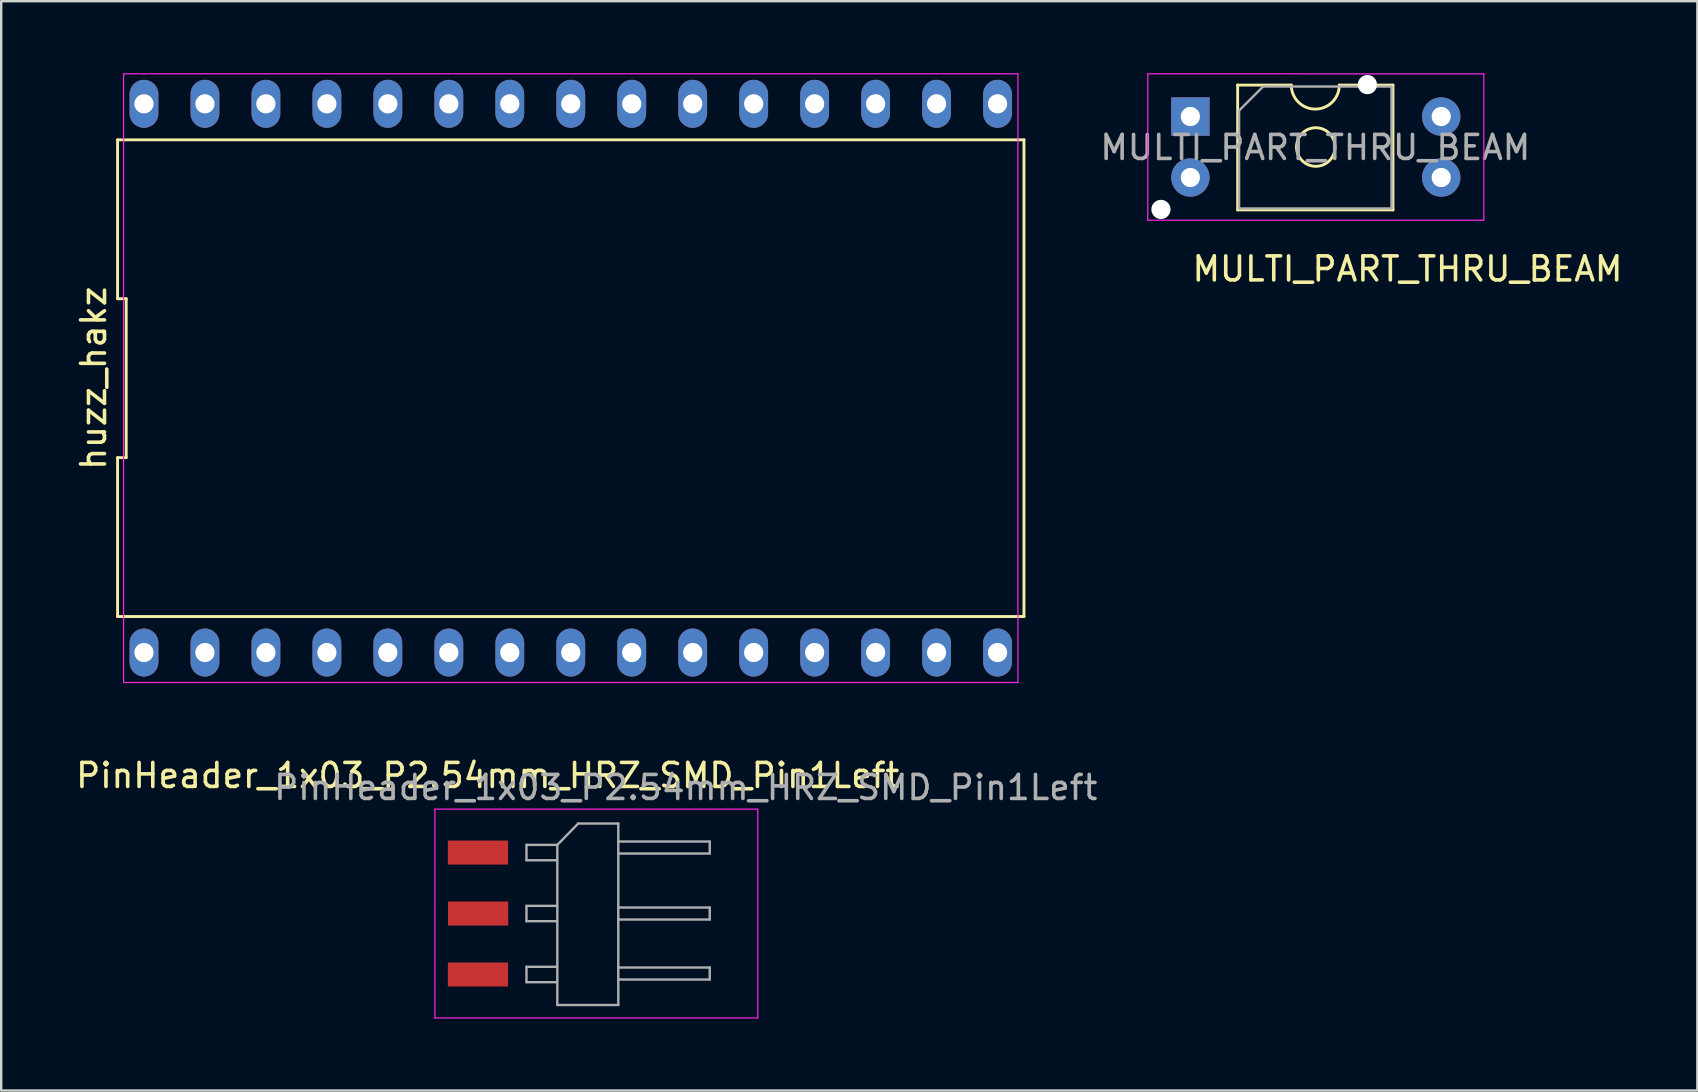
<source format=kicad_pcb>
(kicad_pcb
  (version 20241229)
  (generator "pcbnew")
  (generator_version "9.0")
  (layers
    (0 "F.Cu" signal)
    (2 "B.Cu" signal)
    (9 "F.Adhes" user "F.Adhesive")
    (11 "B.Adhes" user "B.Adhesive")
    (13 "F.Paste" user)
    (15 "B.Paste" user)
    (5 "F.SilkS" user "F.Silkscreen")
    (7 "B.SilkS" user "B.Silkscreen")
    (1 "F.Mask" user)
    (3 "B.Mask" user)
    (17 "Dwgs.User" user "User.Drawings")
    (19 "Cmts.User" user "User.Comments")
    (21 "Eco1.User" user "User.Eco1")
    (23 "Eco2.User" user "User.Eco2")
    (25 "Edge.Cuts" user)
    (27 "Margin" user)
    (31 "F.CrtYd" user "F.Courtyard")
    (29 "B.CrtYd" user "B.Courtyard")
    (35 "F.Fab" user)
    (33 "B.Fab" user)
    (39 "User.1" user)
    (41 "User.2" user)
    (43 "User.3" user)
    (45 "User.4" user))
  (footprint "PinHeader_1x03_P2.54mm_HRZ_SMD_Pin1Left"
    (layer "F.Cu")
    (at 18.518 35.008)
    (property "Reference" "PinHeader_1x03_P2.54mm_HRZ_SMD_Pin1Left" (at -1.25 -5.75 0) (layer "F.SilkS") (effects (font (size 1 1) (thickness 0.15))))
    (attr smd)
    (fp_line (start -3.45 -4.35) (end -3.45 4.35) (stroke (width 0.05) (type solid)) (layer "F.CrtYd"))
    (fp_line (start -3.45 4.35) (end 10 4.35) (stroke (width 0.05) (type solid)) (layer "F.CrtYd"))
    (fp_line (start 10 -4.35) (end -3.45 -4.35) (stroke (width 0.05) (type solid)) (layer "F.CrtYd"))
    (fp_line (start 10 4.35) (end 10 -4.35) (stroke (width 0.05) (type solid)) (layer "F.CrtYd"))
    (fp_line (start 0.365 -2.86) (end 0.365 -2.22) (stroke (width 0.1) (type solid)) (layer "F.Fab"))
    (fp_line (start 0.365 -2.22) (end 1.635 -2.22) (stroke (width 0.1) (type solid)) (layer "F.Fab"))
    (fp_line (start 0.365 -0.32) (end 0.365 0.32) (stroke (width 0.1) (type solid)) (layer "F.Fab"))
    (fp_line (start 0.365 -0.32) (end 1.635 -0.32) (stroke (width 0.1) (type solid)) (layer "F.Fab"))
    (fp_line (start 0.365 2.22) (end 0.365 2.86) (stroke (width 0.1) (type solid)) (layer "F.Fab"))
    (fp_line (start 0.365 2.86) (end 1.635 2.86) (stroke (width 0.1) (type solid)) (layer "F.Fab"))
    (fp_line (start 1.635 -2.86) (end 0.365 -2.86) (stroke (width 0.1) (type solid)) (layer "F.Fab"))
    (fp_line (start 1.635 0.32) (end 0.365 0.32) (stroke (width 0.1) (type solid)) (layer "F.Fab"))
    (fp_line (start 1.635 2.22) (end 0.365 2.22) (stroke (width 0.1) (type solid)) (layer "F.Fab"))
    (fp_line (start 1.65 -2.86) (end 2.52 -3.75) (stroke (width 0.1) (type solid)) (layer "F.Fab"))
    (fp_line (start 1.65 3.81) (end 1.65 -2.86) (stroke (width 0.1) (type solid)) (layer "F.Fab"))
    (fp_line (start 1.65 3.81) (end 4.19 3.81) (stroke (width 0.1) (type solid)) (layer "F.Fab"))
    (fp_line (start 2.52 -3.75) (end 4.19 -3.75) (stroke (width 0.1) (type solid)) (layer "F.Fab"))
    (fp_line (start 4.19 -3.75) (end 4.19 3.81) (stroke (width 0.1) (type solid)) (layer "F.Fab"))
    (fp_line (start 4.19 -3) (end 8 -3) (stroke (width 0.1) (type solid)) (layer "F.Fab"))
    (fp_line (start 4.19 -2.5) (end 8 -2.5) (stroke (width 0.1) (type solid)) (layer "F.Fab"))
    (fp_line (start 4.19 -0.25) (end 8 -0.25) (stroke (width 0.1) (type solid)) (layer "F.Fab"))
    (fp_line (start 4.19 0.25) (end 8 0.25) (stroke (width 0.1) (type solid)) (layer "F.Fab"))
    (fp_line (start 4.19 2.25) (end 8 2.25) (stroke (width 0.1) (type solid)) (layer "F.Fab"))
    (fp_line (start 4.19 2.75) (end 8 2.75) (stroke (width 0.1) (type solid)) (layer "F.Fab"))
    (fp_line (start 8 -3) (end 8 -2.5) (stroke (width 0.1) (type default)) (layer "F.Fab"))
    (fp_line (start 8 -0.25) (end 8 0.25) (stroke (width 0.1) (type default)) (layer "F.Fab"))
    (fp_line (start 8 2.25) (end 8 2.75) (stroke (width 0.1) (type default)) (layer "F.Fab"))
    (fp_text user "${REFERENCE}" (at 7 -5.25 180) (layer "F.Fab") (effects (font (size 1 1) (thickness 0.15))))
    (pad "1" smd rect (at -1.655 -2.54) (size 2.51 1) (layers "F.Cu" "F.Mask" "F.Paste"))
    (pad "2" smd rect (at -1.65 0) (size 2.51 1) (layers "F.Cu" "F.Mask" "F.Paste"))
    (pad "3" smd rect (at -1.655 2.54) (size 2.51 1) (layers "F.Cu" "F.Mask" "F.Paste")))
  (footprint "MULTI_PART_THRU_BEAM"
    (layer "F.Cu")
    (at 51.766 3.075)
    (property "Reference" "MULTI_PART_THRU_BEAM" (at 3.82 5.08 0) (layer "F.SilkS") (effects (font (size 1 1) (thickness 0.15))))
    (attr through_hole)
    (fp_line (start -3.255 -2.58) (end -3.255 2.62) (stroke (width 0.12) (type solid)) (layer "F.SilkS"))
    (fp_line (start -3.255 2.62) (end 3.215 2.62) (stroke (width 0.12) (type solid)) (layer "F.SilkS"))
    (fp_line (start -1.02 -2.58) (end -3.255 -2.58) (stroke (width 0.12) (type solid)) (layer "F.SilkS"))
    (fp_line (start 3.215 -2.58) (end 0.98 -2.58) (stroke (width 0.12) (type solid)) (layer "F.SilkS"))
    (fp_line (start 3.215 2.62) (end 3.215 -2.58) (stroke (width 0.12) (type solid)) (layer "F.SilkS"))
    (fp_arc (start 0.98 -2.58) (mid -0.02 -1.58) (end -1.02 -2.58) (stroke (width 0.12) (type solid)) (layer "F.SilkS"))
    (fp_circle (center 0 0) (end 0.762 0.254) (stroke (width 0.12) (type solid)) (fill no) (layer "F.SilkS"))
    (fp_line (start -7 -3.05) (end -7 3.048) (stroke (width 0.05) (type solid)) (layer "F.CrtYd"))
    (fp_line (start -7 3.048) (end 7 3.05) (stroke (width 0.05) (type solid)) (layer "F.CrtYd"))
    (fp_line (start 7 -3.048) (end -7 -3.05) (stroke (width 0.05) (type solid)) (layer "F.CrtYd"))
    (fp_line (start 7 3.05) (end 7 -3.048) (stroke (width 0.05) (type solid)) (layer "F.CrtYd"))
    (fp_line (start -3.195 -1.52) (end -2.195 -2.52) (stroke (width 0.1) (type solid)) (layer "F.Fab"))
    (fp_line (start -3.195 2.56) (end -3.195 -1.52) (stroke (width 0.1) (type solid)) (layer "F.Fab"))
    (fp_line (start -2.195 -2.52) (end 3.155 -2.52) (stroke (width 0.1) (type solid)) (layer "F.Fab"))
    (fp_line (start 3.155 -2.52) (end 3.155 2.56) (stroke (width 0.1) (type solid)) (layer "F.Fab"))
    (fp_line (start 3.155 2.56) (end -3.195 2.56) (stroke (width 0.1) (type solid)) (layer "F.Fab"))
    (fp_text user "${REFERENCE}" (at -0.02 0.02 0) (layer "F.Fab") (effects (font (size 1 1) (thickness 0.15))))
    (pad "" np_thru_hole circle (at -6.45 2.6) (size 0.8 0.8) (drill 0.8) (layers "*.Cu" "*.Mask"))
    (pad "" np_thru_hole circle (at 2.15 -2.6) (size 0.8 0.8) (drill 0.8) (layers "*.Cu" "*.Mask"))
    (pad "1" thru_hole oval (at 5.225 1.27) (size 1.6 1.6) (drill 0.8) (layers "*.Cu" "*.Mask"))
    (pad "2" thru_hole oval (at 5.225 -1.27) (size 1.6 1.6) (drill 0.8) (layers "*.Cu" "*.Mask"))
    (pad "3" thru_hole rect (at -5.225 -1.27) (size 1.6 1.6) (drill 0.8) (layers "*.Cu" "*.Mask"))
    (pad "4" thru_hole oval (at -5.225 1.27) (size 1.6 1.6) (drill 0.8) (layers "*.Cu" "*.Mask")))
  (footprint "huzz_hakz"
    (layer "F.Cu")
    (at 20.728 12.705)
    (property "Reference" "huzz_hakz" (at -19.88 0 90) (layer "F.SilkS") (effects (font (size 1 1) (thickness 0.15))))
    (fp_line (start -18.88 -9.93) (end -18.88 -3.31) (stroke (width 0.12) (type solid)) (layer "F.SilkS"))
    (fp_line (start -18.88 -3.31) (end -18.52 -3.31) (stroke (width 0.12) (type solid)) (layer "F.SilkS"))
    (fp_line (start -18.88 3.31) (end -18.88 9.93) (stroke (width 0.12) (type solid)) (layer "F.SilkS"))
    (fp_line (start -18.88 9.93) (end 18.88 9.93) (stroke (width 0.12) (type solid)) (layer "F.SilkS"))
    (fp_line (start -18.52 -3.31) (end -18.52 3.31) (stroke (width 0.12) (type solid)) (layer "F.SilkS"))
    (fp_line (start -18.52 3.31) (end -18.88 3.31) (stroke (width 0.12) (type solid)) (layer "F.SilkS"))
    (fp_line (start 18.88 -9.93) (end -18.88 -9.93) (stroke (width 0.12) (type solid)) (layer "F.SilkS"))
    (fp_line (start 18.88 9.93) (end 18.88 -9.93) (stroke (width 0.12) (type solid)) (layer "F.SilkS"))
    (fp_line (start -18.63 -12.68) (end 18.63 -12.68) (stroke (width 0.05) (type solid)) (layer "F.CrtYd"))
    (fp_line (start -18.63 12.68) (end -18.63 -12.68) (stroke (width 0.05) (type solid)) (layer "F.CrtYd"))
    (fp_line (start 18.63 -12.68) (end 18.63 12.68) (stroke (width 0.05) (type solid)) (layer "F.CrtYd"))
    (fp_line (start 18.63 12.68) (end -18.63 12.68) (stroke (width 0.05) (type solid)) (layer "F.CrtYd"))
    (pad "1" thru_hole oval (at -17.78 11.43) (size 1.2 2) (drill 0.8) (layers "*.Cu" "*.Mask"))
    (pad "2" thru_hole oval (at -15.24 11.43) (size 1.2 2) (drill 0.8) (layers "*.Cu" "*.Mask"))
    (pad "3" thru_hole oval (at -12.7 11.43) (size 1.2 2) (drill 0.8) (layers "*.Cu" "*.Mask"))
    (pad "4" thru_hole oval (at -10.16 11.43) (size 1.2 2) (drill 0.8) (layers "*.Cu" "*.Mask"))
    (pad "5" thru_hole oval (at -7.62 11.43) (size 1.2 2) (drill 0.8) (layers "*.Cu" "*.Mask"))
    (pad "6" thru_hole oval (at -5.08 11.43) (size 1.2 2) (drill 0.8) (layers "*.Cu" "*.Mask"))
    (pad "7" thru_hole oval (at -2.54 11.43) (size 1.2 2) (drill 0.8) (layers "*.Cu" "*.Mask"))
    (pad "8" thru_hole oval (at 0 11.43) (size 1.2 2) (drill 0.8) (layers "*.Cu" "*.Mask"))
    (pad "9" thru_hole oval (at 2.54 11.43) (size 1.2 2) (drill 0.8) (layers "*.Cu" "*.Mask"))
    (pad "10" thru_hole oval (at 5.08 11.43) (size 1.2 2) (drill 0.8) (layers "*.Cu" "*.Mask"))
    (pad "11" thru_hole oval (at 7.62 11.43) (size 1.2 2) (drill 0.8) (layers "*.Cu" "*.Mask"))
    (pad "12" thru_hole oval (at 10.16 11.43) (size 1.2 2) (drill 0.8) (layers "*.Cu" "*.Mask"))
    (pad "13" thru_hole oval (at 12.7 11.43) (size 1.2 2) (drill 0.8) (layers "*.Cu" "*.Mask"))
    (pad "14" thru_hole oval (at 15.24 11.43) (size 1.2 2) (drill 0.8) (layers "*.Cu" "*.Mask"))
    (pad "15" thru_hole oval (at 17.78 11.43) (size 1.2 2) (drill 0.8) (layers "*.Cu" "*.Mask"))
    (pad "16" thru_hole oval (at 17.78 -11.43) (size 1.2 2) (drill 0.8) (layers "*.Cu" "*.Mask"))
    (pad "17" thru_hole oval (at 15.24 -11.43) (size 1.2 2) (drill 0.8) (layers "*.Cu" "*.Mask"))
    (pad "18" thru_hole oval (at 12.7 -11.43) (size 1.2 2) (drill 0.8) (layers "*.Cu" "*.Mask"))
    (pad "19" thru_hole oval (at 10.16 -11.43) (size 1.2 2) (drill 0.8) (layers "*.Cu" "*.Mask"))
    (pad "20" thru_hole oval (at 7.62 -11.43) (size 1.2 2) (drill 0.8) (layers "*.Cu" "*.Mask"))
    (pad "21" thru_hole oval (at 5.08 -11.43) (size 1.2 2) (drill 0.8) (layers "*.Cu" "*.Mask"))
    (pad "22" thru_hole oval (at 2.54 -11.43) (size 1.2 2) (drill 0.8) (layers "*.Cu" "*.Mask"))
    (pad "23" thru_hole oval (at 0 -11.43) (size 1.2 2) (drill 0.8) (layers "*.Cu" "*.Mask"))
    (pad "24" thru_hole oval (at -2.54 -11.43) (size 1.2 2) (drill 0.8) (layers "*.Cu" "*.Mask"))
    (pad "25" thru_hole oval (at -5.08 -11.43) (size 1.2 2) (drill 0.8) (layers "*.Cu" "*.Mask"))
    (pad "26" thru_hole oval (at -7.62 -11.43) (size 1.2 2) (drill 0.8) (layers "*.Cu" "*.Mask"))
    (pad "27" thru_hole oval (at -10.16 -11.43) (size 1.2 2) (drill 0.8) (layers "*.Cu" "*.Mask"))
    (pad "28" thru_hole oval (at -12.7 -11.43) (size 1.2 2) (drill 0.8) (layers "*.Cu" "*.Mask"))
    (pad "29" thru_hole oval (at -15.24 -11.43) (size 1.2 2) (drill 0.8) (layers "*.Cu" "*.Mask"))
    (pad "30" thru_hole oval (at -17.78 -11.43) (size 1.2 2) (drill 0.8) (layers "*.Cu" "*.Mask")))
  (gr_rect
    (start -3 -3)
    (end 67.663 42.383)
    (stroke (width 0.1) (type default))
    (fill no)
    (layer "Edge.Cuts")))
</source>
